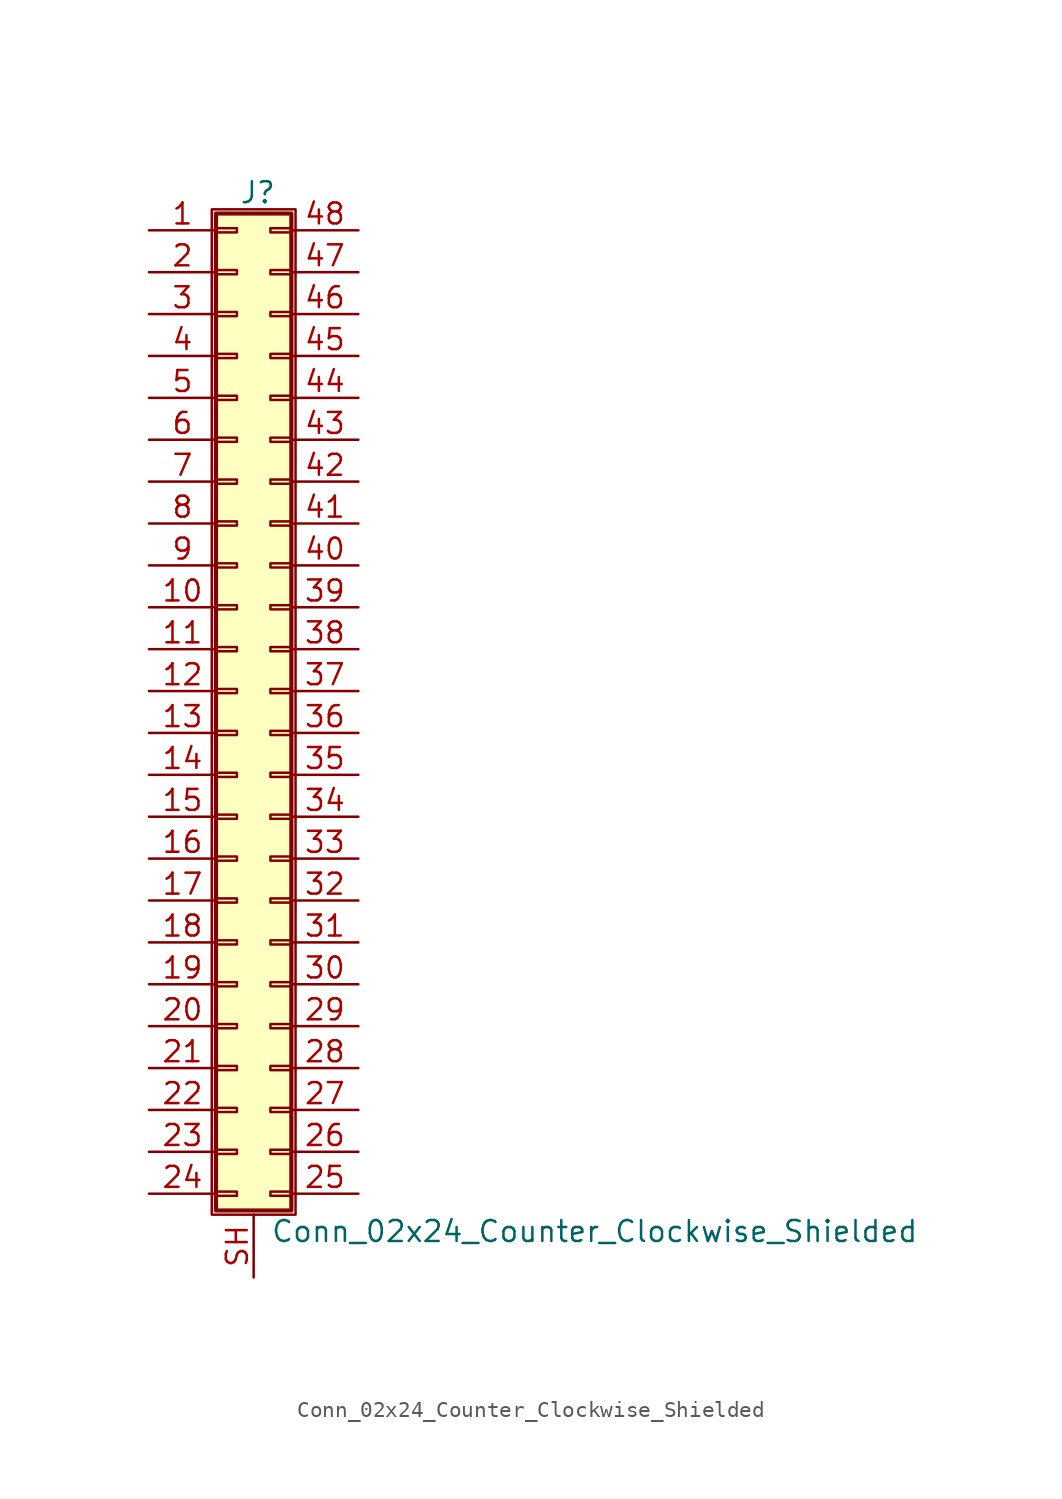
<source format=kicad_sym>
(kicad_symbol_lib
  (version 20201005)
  (generator kicad_symbol_editor)
  (symbol "Connector_Generic_Shielded:Conn_02x24_Counter_Clockwise_Shielded"
    (pin_names
      (offset 1.016) hide)
    (property "Reference" "J"
      (at 1.524 30.226 0)
      (effects (font (size 1.27 1.27))))
    (property "Value" "Conn_02x24_Counter_Clockwise_Shielded"
      (at 2.286 -32.766 0)
      (effects (font (size 1.27 1.27)) (justify left)))
    (symbol "Conn_02x24_Counter_Clockwise_Shielded_1_1"
      (rectangle (start -1.016 -27.813) (end 0.254 -28.067) (stroke (width 0.152)) (fill (type none)))
      (rectangle (start -1.016 -30.353) (end 0.254 -30.607) (stroke (width 0.152)) (fill (type none)))
      (rectangle (start -1.016 -4.953) (end 0.254 -5.207) (stroke (width 0.152)) (fill (type none)))
      (rectangle (start -1.016 -7.493) (end 0.254 -7.747) (stroke (width 0.152)) (fill (type none)))
      (rectangle (start -1.016 -10.033) (end 0.254 -10.287) (stroke (width 0.152)) (fill (type none)))
      (rectangle (start -1.016 -12.573) (end 0.254 -12.827) (stroke (width 0.152)) (fill (type none)))
      (rectangle (start -1.016 -15.113) (end 0.254 -15.367) (stroke (width 0.152)) (fill (type none)))
      (rectangle (start -1.016 -17.653) (end 0.254 -17.907) (stroke (width 0.152)) (fill (type none)))
      (rectangle (start -1.016 -20.193) (end 0.254 -20.447) (stroke (width 0.152)) (fill (type none)))
      (rectangle (start -1.016 -22.733) (end 0.254 -22.987) (stroke (width 0.152)) (fill (type none)))
      (rectangle (start -1.016 -2.413) (end 0.254 -2.667) (stroke (width 0.152)) (fill (type none)))
      (rectangle (start -1.016 -25.273) (end 0.254 -25.527) (stroke (width 0.152)) (fill (type none)))
      (rectangle (start -1.016 25.527) (end 0.254 25.273) (stroke (width 0.152)) (fill (type none)))
      (rectangle (start -1.016 2.667) (end 0.254 2.413) (stroke (width 0.152)) (fill (type none)))
      (rectangle (start -1.016 28.067) (end 0.254 27.813) (stroke (width 0.152)) (fill (type none)))
      (rectangle (start -1.016 28.956) (end 3.556 -31.496) (stroke (width 0.254)) (fill (type background)))
      (rectangle (start -1.016 5.207) (end 0.254 4.953) (stroke (width 0.152)) (fill (type none)))
      (rectangle (start -1.016 7.747) (end 0.254 7.493) (stroke (width 0.152)) (fill (type none)))
      (rectangle (start -1.016 10.287) (end 0.254 10.033) (stroke (width 0.152)) (fill (type none)))
      (rectangle (start -1.016 0.127) (end 0.254 -0.127) (stroke (width 0.152)) (fill (type none)))
      (rectangle (start -1.016 12.827) (end 0.254 12.573) (stroke (width 0.152)) (fill (type none)))
      (rectangle (start -1.016 15.367) (end 0.254 15.113) (stroke (width 0.152)) (fill (type none)))
      (rectangle (start -1.016 17.907) (end 0.254 17.653) (stroke (width 0.152)) (fill (type none)))
      (rectangle (start -1.016 20.447) (end 0.254 20.193) (stroke (width 0.152)) (fill (type none)))
      (rectangle (start -1.016 22.987) (end 0.254 22.733) (stroke (width 0.152)) (fill (type none)))
      (rectangle (start -1.27 29.21) (end 3.81 -31.75) (stroke (width 0.152)) (fill (type none)))
      (rectangle (start 3.556 -27.813) (end 2.286 -28.067) (stroke (width 0.152)) (fill (type none)))
      (rectangle (start 3.556 -30.353) (end 2.286 -30.607) (stroke (width 0.152)) (fill (type none)))
      (rectangle (start 3.556 -4.953) (end 2.286 -5.207) (stroke (width 0.152)) (fill (type none)))
      (rectangle (start 3.556 -7.493) (end 2.286 -7.747) (stroke (width 0.152)) (fill (type none)))
      (rectangle (start 3.556 -10.033) (end 2.286 -10.287) (stroke (width 0.152)) (fill (type none)))
      (rectangle (start 3.556 -12.573) (end 2.286 -12.827) (stroke (width 0.152)) (fill (type none)))
      (rectangle (start 3.556 -15.113) (end 2.286 -15.367) (stroke (width 0.152)) (fill (type none)))
      (rectangle (start 3.556 -17.653) (end 2.286 -17.907) (stroke (width 0.152)) (fill (type none)))
      (rectangle (start 3.556 -20.193) (end 2.286 -20.447) (stroke (width 0.152)) (fill (type none)))
      (rectangle (start 3.556 -22.733) (end 2.286 -22.987) (stroke (width 0.152)) (fill (type none)))
      (rectangle (start 3.556 -2.413) (end 2.286 -2.667) (stroke (width 0.152)) (fill (type none)))
      (rectangle (start 3.556 -25.273) (end 2.286 -25.527) (stroke (width 0.152)) (fill (type none)))
      (rectangle (start 3.556 25.527) (end 2.286 25.273) (stroke (width 0.152)) (fill (type none)))
      (rectangle (start 3.556 2.667) (end 2.286 2.413) (stroke (width 0.152)) (fill (type none)))
      (rectangle (start 3.556 28.067) (end 2.286 27.813) (stroke (width 0.152)) (fill (type none)))
      (rectangle (start 3.556 5.207) (end 2.286 4.953) (stroke (width 0.152)) (fill (type none)))
      (rectangle (start 3.556 7.747) (end 2.286 7.493) (stroke (width 0.152)) (fill (type none)))
      (rectangle (start 3.556 10.287) (end 2.286 10.033) (stroke (width 0.152)) (fill (type none)))
      (rectangle (start 3.556 0.127) (end 2.286 -0.127) (stroke (width 0.152)) (fill (type none)))
      (rectangle (start 3.556 12.827) (end 2.286 12.573) (stroke (width 0.152)) (fill (type none)))
      (rectangle (start 3.556 15.367) (end 2.286 15.113) (stroke (width 0.152)) (fill (type none)))
      (rectangle (start 3.556 17.907) (end 2.286 17.653) (stroke (width 0.152)) (fill (type none)))
      (rectangle (start 3.556 20.447) (end 2.286 20.193) (stroke (width 0.152)) (fill (type none)))
      (rectangle (start 3.556 22.987) (end 2.286 22.733) (stroke (width 0.152)) (fill (type none)))
      (pin passive line (at -5.08 27.94 0) (length 4.064) (name "Pin_1" (effects (font (size 1.27 1.27)))) (number "1" (effects (font (size 1.27 1.27)))))
      (pin passive line (at -5.08 5.08 0) (length 4.064) (name "Pin_10" (effects (font (size 1.27 1.27)))) (number "10" (effects (font (size 1.27 1.27)))))
      (pin passive line (at -5.08 2.54 0) (length 4.064) (name "Pin_11" (effects (font (size 1.27 1.27)))) (number "11" (effects (font (size 1.27 1.27)))))
      (pin passive line (at -5.08 0 0) (length 4.064) (name "Pin_12" (effects (font (size 1.27 1.27)))) (number "12" (effects (font (size 1.27 1.27)))))
      (pin passive line (at -5.08 -2.54 0) (length 4.064) (name "Pin_13" (effects (font (size 1.27 1.27)))) (number "13" (effects (font (size 1.27 1.27)))))
      (pin passive line (at -5.08 -5.08 0) (length 4.064) (name "Pin_14" (effects (font (size 1.27 1.27)))) (number "14" (effects (font (size 1.27 1.27)))))
      (pin passive line (at -5.08 -7.62 0) (length 4.064) (name "Pin_15" (effects (font (size 1.27 1.27)))) (number "15" (effects (font (size 1.27 1.27)))))
      (pin passive line (at -5.08 -10.16 0) (length 4.064) (name "Pin_16" (effects (font (size 1.27 1.27)))) (number "16" (effects (font (size 1.27 1.27)))))
      (pin passive line (at -5.08 -12.7 0) (length 4.064) (name "Pin_17" (effects (font (size 1.27 1.27)))) (number "17" (effects (font (size 1.27 1.27)))))
      (pin passive line (at -5.08 -15.24 0) (length 4.064) (name "Pin_18" (effects (font (size 1.27 1.27)))) (number "18" (effects (font (size 1.27 1.27)))))
      (pin passive line (at -5.08 -17.78 0) (length 4.064) (name "Pin_19" (effects (font (size 1.27 1.27)))) (number "19" (effects (font (size 1.27 1.27)))))
      (pin passive line (at -5.08 25.4 0) (length 4.064) (name "Pin_2" (effects (font (size 1.27 1.27)))) (number "2" (effects (font (size 1.27 1.27)))))
      (pin passive line (at -5.08 -20.32 0) (length 4.064) (name "Pin_20" (effects (font (size 1.27 1.27)))) (number "20" (effects (font (size 1.27 1.27)))))
      (pin passive line (at -5.08 -22.86 0) (length 4.064) (name "Pin_21" (effects (font (size 1.27 1.27)))) (number "21" (effects (font (size 1.27 1.27)))))
      (pin passive line (at -5.08 -25.4 0) (length 4.064) (name "Pin_22" (effects (font (size 1.27 1.27)))) (number "22" (effects (font (size 1.27 1.27)))))
      (pin passive line (at -5.08 -27.94 0) (length 4.064) (name "Pin_23" (effects (font (size 1.27 1.27)))) (number "23" (effects (font (size 1.27 1.27)))))
      (pin passive line (at -5.08 -30.48 0) (length 4.064) (name "Pin_24" (effects (font (size 1.27 1.27)))) (number "24" (effects (font (size 1.27 1.27)))))
      (pin passive line (at 7.62 -30.48 180) (length 4.064) (name "Pin_25" (effects (font (size 1.27 1.27)))) (number "25" (effects (font (size 1.27 1.27)))))
      (pin passive line (at 7.62 -27.94 180) (length 4.064) (name "Pin_26" (effects (font (size 1.27 1.27)))) (number "26" (effects (font (size 1.27 1.27)))))
      (pin passive line (at 7.62 -25.4 180) (length 4.064) (name "Pin_27" (effects (font (size 1.27 1.27)))) (number "27" (effects (font (size 1.27 1.27)))))
      (pin passive line (at 7.62 -22.86 180) (length 4.064) (name "Pin_28" (effects (font (size 1.27 1.27)))) (number "28" (effects (font (size 1.27 1.27)))))
      (pin passive line (at 7.62 -20.32 180) (length 4.064) (name "Pin_29" (effects (font (size 1.27 1.27)))) (number "29" (effects (font (size 1.27 1.27)))))
      (pin passive line (at -5.08 22.86 0) (length 4.064) (name "Pin_3" (effects (font (size 1.27 1.27)))) (number "3" (effects (font (size 1.27 1.27)))))
      (pin passive line (at 7.62 -17.78 180) (length 4.064) (name "Pin_30" (effects (font (size 1.27 1.27)))) (number "30" (effects (font (size 1.27 1.27)))))
      (pin passive line (at 7.62 -15.24 180) (length 4.064) (name "Pin_31" (effects (font (size 1.27 1.27)))) (number "31" (effects (font (size 1.27 1.27)))))
      (pin passive line (at 7.62 -12.7 180) (length 4.064) (name "Pin_32" (effects (font (size 1.27 1.27)))) (number "32" (effects (font (size 1.27 1.27)))))
      (pin passive line (at 7.62 -10.16 180) (length 4.064) (name "Pin_33" (effects (font (size 1.27 1.27)))) (number "33" (effects (font (size 1.27 1.27)))))
      (pin passive line (at 7.62 -7.62 180) (length 4.064) (name "Pin_34" (effects (font (size 1.27 1.27)))) (number "34" (effects (font (size 1.27 1.27)))))
      (pin passive line (at 7.62 -5.08 180) (length 4.064) (name "Pin_35" (effects (font (size 1.27 1.27)))) (number "35" (effects (font (size 1.27 1.27)))))
      (pin passive line (at 7.62 -2.54 180) (length 4.064) (name "Pin_36" (effects (font (size 1.27 1.27)))) (number "36" (effects (font (size 1.27 1.27)))))
      (pin passive line (at 7.62 0 180) (length 4.064) (name "Pin_37" (effects (font (size 1.27 1.27)))) (number "37" (effects (font (size 1.27 1.27)))))
      (pin passive line (at 7.62 2.54 180) (length 4.064) (name "Pin_38" (effects (font (size 1.27 1.27)))) (number "38" (effects (font (size 1.27 1.27)))))
      (pin passive line (at 7.62 5.08 180) (length 4.064) (name "Pin_39" (effects (font (size 1.27 1.27)))) (number "39" (effects (font (size 1.27 1.27)))))
      (pin passive line (at -5.08 20.32 0) (length 4.064) (name "Pin_4" (effects (font (size 1.27 1.27)))) (number "4" (effects (font (size 1.27 1.27)))))
      (pin passive line (at 7.62 7.62 180) (length 4.064) (name "Pin_40" (effects (font (size 1.27 1.27)))) (number "40" (effects (font (size 1.27 1.27)))))
      (pin passive line (at 7.62 10.16 180) (length 4.064) (name "Pin_41" (effects (font (size 1.27 1.27)))) (number "41" (effects (font (size 1.27 1.27)))))
      (pin passive line (at 7.62 12.7 180) (length 4.064) (name "Pin_42" (effects (font (size 1.27 1.27)))) (number "42" (effects (font (size 1.27 1.27)))))
      (pin passive line (at 7.62 15.24 180) (length 4.064) (name "Pin_43" (effects (font (size 1.27 1.27)))) (number "43" (effects (font (size 1.27 1.27)))))
      (pin passive line (at 7.62 17.78 180) (length 4.064) (name "Pin_44" (effects (font (size 1.27 1.27)))) (number "44" (effects (font (size 1.27 1.27)))))
      (pin passive line (at 7.62 20.32 180) (length 4.064) (name "Pin_45" (effects (font (size 1.27 1.27)))) (number "45" (effects (font (size 1.27 1.27)))))
      (pin passive line (at 7.62 22.86 180) (length 4.064) (name "Pin_46" (effects (font (size 1.27 1.27)))) (number "46" (effects (font (size 1.27 1.27)))))
      (pin passive line (at 7.62 25.4 180) (length 4.064) (name "Pin_47" (effects (font (size 1.27 1.27)))) (number "47" (effects (font (size 1.27 1.27)))))
      (pin passive line (at 7.62 27.94 180) (length 4.064) (name "Pin_48" (effects (font (size 1.27 1.27)))) (number "48" (effects (font (size 1.27 1.27)))))
      (pin passive line (at -5.08 17.78 0) (length 4.064) (name "Pin_5" (effects (font (size 1.27 1.27)))) (number "5" (effects (font (size 1.27 1.27)))))
      (pin passive line (at -5.08 15.24 0) (length 4.064) (name "Pin_6" (effects (font (size 1.27 1.27)))) (number "6" (effects (font (size 1.27 1.27)))))
      (pin passive line (at -5.08 12.7 0) (length 4.064) (name "Pin_7" (effects (font (size 1.27 1.27)))) (number "7" (effects (font (size 1.27 1.27)))))
      (pin passive line (at -5.08 10.16 0) (length 4.064) (name "Pin_8" (effects (font (size 1.27 1.27)))) (number "8" (effects (font (size 1.27 1.27)))))
      (pin passive line (at -5.08 7.62 0) (length 4.064) (name "Pin_9" (effects (font (size 1.27 1.27)))) (number "9" (effects (font (size 1.27 1.27)))))
      (pin passive line (at 1.27 -35.56 90) (length 3.81) (name "Shield" (effects (font (size 1.27 1.27)))) (number "SH" (effects (font (size 1.27 1.27))))))))
</source>
